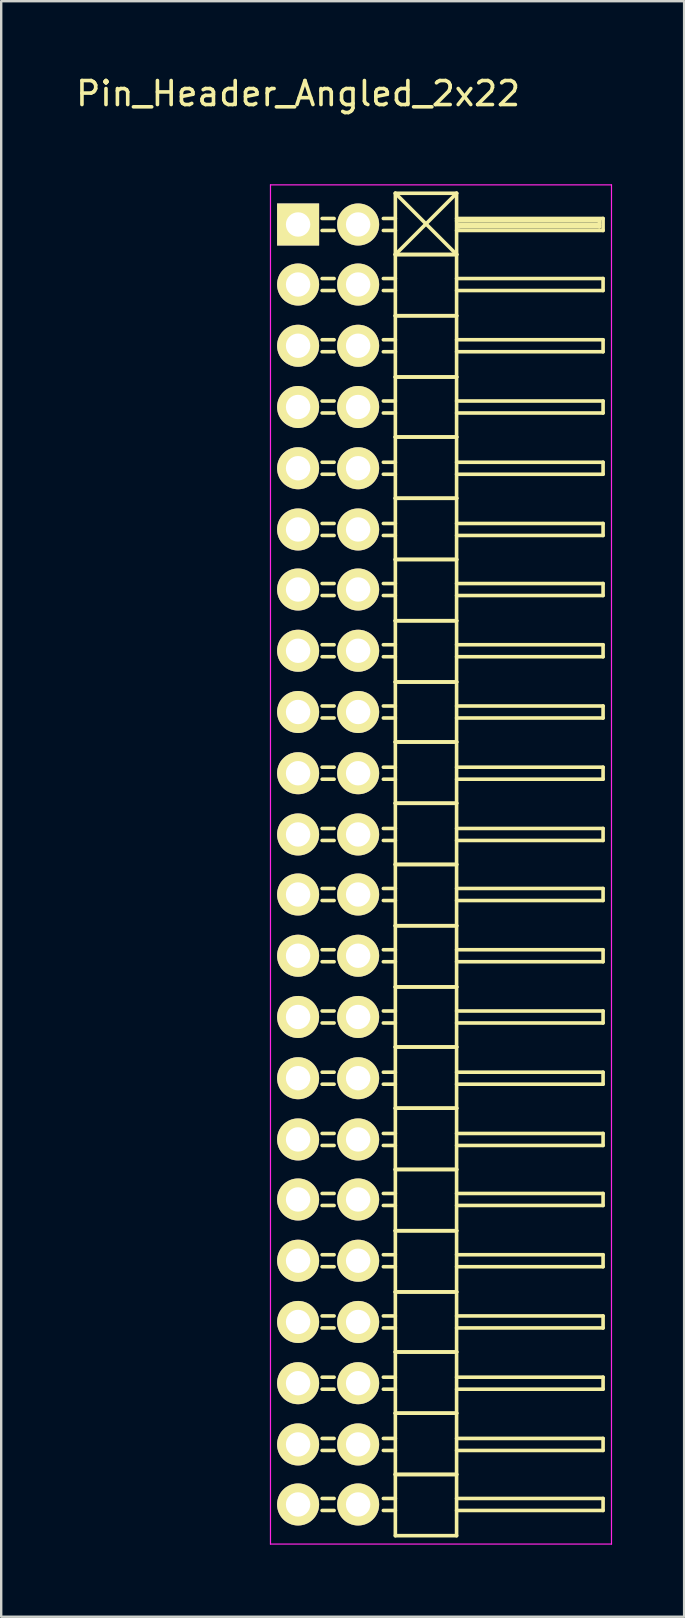
<source format=kicad_pcb>
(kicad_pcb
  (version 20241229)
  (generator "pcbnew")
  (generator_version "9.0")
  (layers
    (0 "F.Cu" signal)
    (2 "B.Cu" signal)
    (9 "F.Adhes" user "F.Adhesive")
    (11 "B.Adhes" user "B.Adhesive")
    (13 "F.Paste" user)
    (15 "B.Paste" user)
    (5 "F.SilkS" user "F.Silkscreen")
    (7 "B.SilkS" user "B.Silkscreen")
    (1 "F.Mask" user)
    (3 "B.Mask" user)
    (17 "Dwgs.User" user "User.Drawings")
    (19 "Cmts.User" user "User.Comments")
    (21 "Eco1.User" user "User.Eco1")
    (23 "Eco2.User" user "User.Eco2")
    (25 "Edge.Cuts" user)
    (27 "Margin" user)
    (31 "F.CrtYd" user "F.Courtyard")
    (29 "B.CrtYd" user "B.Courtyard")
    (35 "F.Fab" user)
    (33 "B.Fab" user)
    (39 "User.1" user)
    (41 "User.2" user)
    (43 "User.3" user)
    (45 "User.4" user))
  (footprint "Pin_Header_Angled_2x22"
    (layer "F.Cu")
    (at 9.363 6.298)
    (property "Reference" "Pin_Header_Angled_2x22" (at 0 -5.45 0) (layer "F.SilkS") (effects (font (size 1 1) (thickness 0.15))))
    (attr through_hole)
    (fp_line (start 1.5 -0.25) (end 1 -0.25) (stroke (width 0.15) (type solid)) (layer "F.SilkS"))
    (fp_line (start 1.5 0.25) (end 1 0.25) (stroke (width 0.15) (type solid)) (layer "F.SilkS"))
    (fp_line (start 1.5 2.25) (end 1 2.25) (stroke (width 0.15) (type solid)) (layer "F.SilkS"))
    (fp_line (start 1.5 2.75) (end 1 2.75) (stroke (width 0.15) (type solid)) (layer "F.SilkS"))
    (fp_line (start 1.5 4.8) (end 1 4.8) (stroke (width 0.15) (type solid)) (layer "F.SilkS"))
    (fp_line (start 1.5 5.3) (end 1 5.3) (stroke (width 0.15) (type solid)) (layer "F.SilkS"))
    (fp_line (start 1.5 7.35) (end 1 7.35) (stroke (width 0.15) (type solid)) (layer "F.SilkS"))
    (fp_line (start 1.5 7.85) (end 1 7.85) (stroke (width 0.15) (type solid)) (layer "F.SilkS"))
    (fp_line (start 1.5 9.9) (end 1 9.9) (stroke (width 0.15) (type solid)) (layer "F.SilkS"))
    (fp_line (start 1.5 10.4) (end 1 10.4) (stroke (width 0.15) (type solid)) (layer "F.SilkS"))
    (fp_line (start 1.5 12.45) (end 1 12.45) (stroke (width 0.15) (type solid)) (layer "F.SilkS"))
    (fp_line (start 1.5 12.95) (end 1 12.95) (stroke (width 0.15) (type solid)) (layer "F.SilkS"))
    (fp_line (start 1.5 14.95) (end 1 14.95) (stroke (width 0.15) (type solid)) (layer "F.SilkS"))
    (fp_line (start 1.5 15.45) (end 1 15.45) (stroke (width 0.15) (type solid)) (layer "F.SilkS"))
    (fp_line (start 1.5 17.5) (end 1 17.5) (stroke (width 0.15) (type solid)) (layer "F.SilkS"))
    (fp_line (start 1.5 18) (end 1 18) (stroke (width 0.15) (type solid)) (layer "F.SilkS"))
    (fp_line (start 1.5 20.05) (end 1 20.05) (stroke (width 0.15) (type solid)) (layer "F.SilkS"))
    (fp_line (start 1.5 20.55) (end 1 20.55) (stroke (width 0.15) (type solid)) (layer "F.SilkS"))
    (fp_line (start 1.5 22.6) (end 1 22.6) (stroke (width 0.15) (type solid)) (layer "F.SilkS"))
    (fp_line (start 1.5 23.1) (end 1 23.1) (stroke (width 0.15) (type solid)) (layer "F.SilkS"))
    (fp_line (start 1.5 25.15) (end 1 25.15) (stroke (width 0.15) (type solid)) (layer "F.SilkS"))
    (fp_line (start 1.5 25.65) (end 1 25.65) (stroke (width 0.15) (type solid)) (layer "F.SilkS"))
    (fp_line (start 1.5 27.65) (end 1 27.65) (stroke (width 0.15) (type solid)) (layer "F.SilkS"))
    (fp_line (start 1.5 28.15) (end 1 28.15) (stroke (width 0.15) (type solid)) (layer "F.SilkS"))
    (fp_line (start 1.5 30.2) (end 1 30.2) (stroke (width 0.15) (type solid)) (layer "F.SilkS"))
    (fp_line (start 1.5 30.7) (end 1 30.7) (stroke (width 0.15) (type solid)) (layer "F.SilkS"))
    (fp_line (start 1.5 32.75) (end 1 32.75) (stroke (width 0.15) (type solid)) (layer "F.SilkS"))
    (fp_line (start 1.5 33.25) (end 1 33.25) (stroke (width 0.15) (type solid)) (layer "F.SilkS"))
    (fp_line (start 1.5 35.3) (end 1 35.3) (stroke (width 0.15) (type solid)) (layer "F.SilkS"))
    (fp_line (start 1.5 35.8) (end 1 35.8) (stroke (width 0.15) (type solid)) (layer "F.SilkS"))
    (fp_line (start 1.5 37.85) (end 1 37.85) (stroke (width 0.15) (type solid)) (layer "F.SilkS"))
    (fp_line (start 1.5 38.35) (end 1 38.35) (stroke (width 0.15) (type solid)) (layer "F.SilkS"))
    (fp_line (start 1.5 40.35) (end 1 40.35) (stroke (width 0.15) (type solid)) (layer "F.SilkS"))
    (fp_line (start 1.5 40.85) (end 1 40.85) (stroke (width 0.15) (type solid)) (layer "F.SilkS"))
    (fp_line (start 1.5 42.9) (end 1 42.9) (stroke (width 0.15) (type solid)) (layer "F.SilkS"))
    (fp_line (start 1.5 43.4) (end 1 43.4) (stroke (width 0.15) (type solid)) (layer "F.SilkS"))
    (fp_line (start 1.5 45.45) (end 1 45.45) (stroke (width 0.15) (type solid)) (layer "F.SilkS"))
    (fp_line (start 1.5 45.95) (end 1 45.95) (stroke (width 0.15) (type solid)) (layer "F.SilkS"))
    (fp_line (start 1.5 48) (end 1 48) (stroke (width 0.15) (type solid)) (layer "F.SilkS"))
    (fp_line (start 1.5 48.5) (end 1 48.5) (stroke (width 0.15) (type solid)) (layer "F.SilkS"))
    (fp_line (start 1.5 50.55) (end 1 50.55) (stroke (width 0.15) (type solid)) (layer "F.SilkS"))
    (fp_line (start 1.5 51.05) (end 1 51.05) (stroke (width 0.15) (type solid)) (layer "F.SilkS"))
    (fp_line (start 1.5 53.05) (end 1 53.05) (stroke (width 0.15) (type solid)) (layer "F.SilkS"))
    (fp_line (start 1.5 53.55) (end 1 53.55) (stroke (width 0.15) (type solid)) (layer "F.SilkS"))
    (fp_line (start 4.05 -1.3) (end 4.05 1.25) (stroke (width 0.15) (type solid)) (layer "F.SilkS"))
    (fp_line (start 4.05 -1.3) (end 6.6 -1.3) (stroke (width 0.15) (type solid)) (layer "F.SilkS"))
    (fp_line (start 4.05 -1.3) (end 6.6 1.25) (stroke (width 0.15) (type solid)) (layer "F.SilkS"))
    (fp_line (start 4.05 -0.25) (end 3.55 -0.25) (stroke (width 0.15) (type solid)) (layer "F.SilkS"))
    (fp_line (start 4.05 0.25) (end 3.55 0.25) (stroke (width 0.15) (type solid)) (layer "F.SilkS"))
    (fp_line (start 4.05 1.25) (end 4.05 3.8) (stroke (width 0.15) (type solid)) (layer "F.SilkS"))
    (fp_line (start 4.05 1.25) (end 6.6 1.25) (stroke (width 0.15) (type solid)) (layer "F.SilkS"))
    (fp_line (start 4.05 1.25) (end 6.6 1.25) (stroke (width 0.15) (type solid)) (layer "F.SilkS"))
    (fp_line (start 4.05 2.25) (end 3.55 2.25) (stroke (width 0.15) (type solid)) (layer "F.SilkS"))
    (fp_line (start 4.05 2.75) (end 3.55 2.75) (stroke (width 0.15) (type solid)) (layer "F.SilkS"))
    (fp_line (start 4.05 3.8) (end 4.05 6.35) (stroke (width 0.15) (type solid)) (layer "F.SilkS"))
    (fp_line (start 4.05 3.8) (end 6.6 3.8) (stroke (width 0.15) (type solid)) (layer "F.SilkS"))
    (fp_line (start 4.05 3.8) (end 6.6 3.8) (stroke (width 0.15) (type solid)) (layer "F.SilkS"))
    (fp_line (start 4.05 4.8) (end 3.55 4.8) (stroke (width 0.15) (type solid)) (layer "F.SilkS"))
    (fp_line (start 4.05 5.3) (end 3.55 5.3) (stroke (width 0.15) (type solid)) (layer "F.SilkS"))
    (fp_line (start 4.05 6.35) (end 4.05 8.85) (stroke (width 0.15) (type solid)) (layer "F.SilkS"))
    (fp_line (start 4.05 6.35) (end 6.6 6.35) (stroke (width 0.15) (type solid)) (layer "F.SilkS"))
    (fp_line (start 4.05 6.35) (end 6.6 6.35) (stroke (width 0.15) (type solid)) (layer "F.SilkS"))
    (fp_line (start 4.05 7.35) (end 3.55 7.35) (stroke (width 0.15) (type solid)) (layer "F.SilkS"))
    (fp_line (start 4.05 7.85) (end 3.55 7.85) (stroke (width 0.15) (type solid)) (layer "F.SilkS"))
    (fp_line (start 4.05 8.85) (end 4.05 11.4) (stroke (width 0.15) (type solid)) (layer "F.SilkS"))
    (fp_line (start 4.05 8.85) (end 6.6 8.85) (stroke (width 0.15) (type solid)) (layer "F.SilkS"))
    (fp_line (start 4.05 8.85) (end 6.6 8.85) (stroke (width 0.15) (type solid)) (layer "F.SilkS"))
    (fp_line (start 4.05 9.9) (end 3.55 9.9) (stroke (width 0.15) (type solid)) (layer "F.SilkS"))
    (fp_line (start 4.05 10.4) (end 3.55 10.4) (stroke (width 0.15) (type solid)) (layer "F.SilkS"))
    (fp_line (start 4.05 11.4) (end 4.05 13.95) (stroke (width 0.15) (type solid)) (layer "F.SilkS"))
    (fp_line (start 4.05 11.4) (end 6.6 11.4) (stroke (width 0.15) (type solid)) (layer "F.SilkS"))
    (fp_line (start 4.05 11.4) (end 6.6 11.4) (stroke (width 0.15) (type solid)) (layer "F.SilkS"))
    (fp_line (start 4.05 12.45) (end 3.55 12.45) (stroke (width 0.15) (type solid)) (layer "F.SilkS"))
    (fp_line (start 4.05 12.95) (end 3.55 12.95) (stroke (width 0.15) (type solid)) (layer "F.SilkS"))
    (fp_line (start 4.05 13.95) (end 4.05 16.5) (stroke (width 0.15) (type solid)) (layer "F.SilkS"))
    (fp_line (start 4.05 13.95) (end 6.6 13.95) (stroke (width 0.15) (type solid)) (layer "F.SilkS"))
    (fp_line (start 4.05 13.95) (end 6.6 13.95) (stroke (width 0.15) (type solid)) (layer "F.SilkS"))
    (fp_line (start 4.05 14.95) (end 3.55 14.95) (stroke (width 0.15) (type solid)) (layer "F.SilkS"))
    (fp_line (start 4.05 15.45) (end 3.55 15.45) (stroke (width 0.15) (type solid)) (layer "F.SilkS"))
    (fp_line (start 4.05 16.5) (end 4.05 19.05) (stroke (width 0.15) (type solid)) (layer "F.SilkS"))
    (fp_line (start 4.05 16.5) (end 6.6 16.5) (stroke (width 0.15) (type solid)) (layer "F.SilkS"))
    (fp_line (start 4.05 16.5) (end 6.6 16.5) (stroke (width 0.15) (type solid)) (layer "F.SilkS"))
    (fp_line (start 4.05 17.5) (end 3.55 17.5) (stroke (width 0.15) (type solid)) (layer "F.SilkS"))
    (fp_line (start 4.05 18) (end 3.55 18) (stroke (width 0.15) (type solid)) (layer "F.SilkS"))
    (fp_line (start 4.05 19.05) (end 4.05 21.55) (stroke (width 0.15) (type solid)) (layer "F.SilkS"))
    (fp_line (start 4.05 19.05) (end 6.6 19.05) (stroke (width 0.15) (type solid)) (layer "F.SilkS"))
    (fp_line (start 4.05 19.05) (end 6.6 19.05) (stroke (width 0.15) (type solid)) (layer "F.SilkS"))
    (fp_line (start 4.05 20.05) (end 3.55 20.05) (stroke (width 0.15) (type solid)) (layer "F.SilkS"))
    (fp_line (start 4.05 20.55) (end 3.55 20.55) (stroke (width 0.15) (type solid)) (layer "F.SilkS"))
    (fp_line (start 4.05 21.55) (end 4.05 24.1) (stroke (width 0.15) (type solid)) (layer "F.SilkS"))
    (fp_line (start 4.05 21.55) (end 6.6 21.55) (stroke (width 0.15) (type solid)) (layer "F.SilkS"))
    (fp_line (start 4.05 21.55) (end 6.6 21.55) (stroke (width 0.15) (type solid)) (layer "F.SilkS"))
    (fp_line (start 4.05 22.6) (end 3.55 22.6) (stroke (width 0.15) (type solid)) (layer "F.SilkS"))
    (fp_line (start 4.05 23.1) (end 3.55 23.1) (stroke (width 0.15) (type solid)) (layer "F.SilkS"))
    (fp_line (start 4.05 24.1) (end 4.05 26.65) (stroke (width 0.15) (type solid)) (layer "F.SilkS"))
    (fp_line (start 4.05 24.1) (end 6.6 24.1) (stroke (width 0.15) (type solid)) (layer "F.SilkS"))
    (fp_line (start 4.05 24.1) (end 6.6 24.1) (stroke (width 0.15) (type solid)) (layer "F.SilkS"))
    (fp_line (start 4.05 25.15) (end 3.55 25.15) (stroke (width 0.15) (type solid)) (layer "F.SilkS"))
    (fp_line (start 4.05 25.65) (end 3.55 25.65) (stroke (width 0.15) (type solid)) (layer "F.SilkS"))
    (fp_line (start 4.05 26.65) (end 4.05 29.2) (stroke (width 0.15) (type solid)) (layer "F.SilkS"))
    (fp_line (start 4.05 26.65) (end 6.6 26.65) (stroke (width 0.15) (type solid)) (layer "F.SilkS"))
    (fp_line (start 4.05 26.65) (end 6.6 26.65) (stroke (width 0.15) (type solid)) (layer "F.SilkS"))
    (fp_line (start 4.05 27.65) (end 3.55 27.65) (stroke (width 0.15) (type solid)) (layer "F.SilkS"))
    (fp_line (start 4.05 28.15) (end 3.55 28.15) (stroke (width 0.15) (type solid)) (layer "F.SilkS"))
    (fp_line (start 4.05 29.2) (end 4.05 31.75) (stroke (width 0.15) (type solid)) (layer "F.SilkS"))
    (fp_line (start 4.05 29.2) (end 6.6 29.2) (stroke (width 0.15) (type solid)) (layer "F.SilkS"))
    (fp_line (start 4.05 29.2) (end 6.6 29.2) (stroke (width 0.15) (type solid)) (layer "F.SilkS"))
    (fp_line (start 4.05 30.2) (end 3.55 30.2) (stroke (width 0.15) (type solid)) (layer "F.SilkS"))
    (fp_line (start 4.05 30.7) (end 3.55 30.7) (stroke (width 0.15) (type solid)) (layer "F.SilkS"))
    (fp_line (start 4.05 31.75) (end 4.05 34.25) (stroke (width 0.15) (type solid)) (layer "F.SilkS"))
    (fp_line (start 4.05 31.75) (end 6.6 31.75) (stroke (width 0.15) (type solid)) (layer "F.SilkS"))
    (fp_line (start 4.05 31.75) (end 6.6 31.75) (stroke (width 0.15) (type solid)) (layer "F.SilkS"))
    (fp_line (start 4.05 32.75) (end 3.55 32.75) (stroke (width 0.15) (type solid)) (layer "F.SilkS"))
    (fp_line (start 4.05 33.25) (end 3.55 33.25) (stroke (width 0.15) (type solid)) (layer "F.SilkS"))
    (fp_line (start 4.05 34.25) (end 4.05 36.8) (stroke (width 0.15) (type solid)) (layer "F.SilkS"))
    (fp_line (start 4.05 34.25) (end 6.6 34.25) (stroke (width 0.15) (type solid)) (layer "F.SilkS"))
    (fp_line (start 4.05 34.25) (end 6.6 34.25) (stroke (width 0.15) (type solid)) (layer "F.SilkS"))
    (fp_line (start 4.05 35.3) (end 3.55 35.3) (stroke (width 0.15) (type solid)) (layer "F.SilkS"))
    (fp_line (start 4.05 35.8) (end 3.55 35.8) (stroke (width 0.15) (type solid)) (layer "F.SilkS"))
    (fp_line (start 4.05 36.8) (end 4.05 39.35) (stroke (width 0.15) (type solid)) (layer "F.SilkS"))
    (fp_line (start 4.05 36.8) (end 6.6 36.8) (stroke (width 0.15) (type solid)) (layer "F.SilkS"))
    (fp_line (start 4.05 36.8) (end 6.6 36.8) (stroke (width 0.15) (type solid)) (layer "F.SilkS"))
    (fp_line (start 4.05 37.85) (end 3.55 37.85) (stroke (width 0.15) (type solid)) (layer "F.SilkS"))
    (fp_line (start 4.05 38.35) (end 3.55 38.35) (stroke (width 0.15) (type solid)) (layer "F.SilkS"))
    (fp_line (start 4.05 39.35) (end 4.05 41.9) (stroke (width 0.15) (type solid)) (layer "F.SilkS"))
    (fp_line (start 4.05 39.35) (end 6.6 39.35) (stroke (width 0.15) (type solid)) (layer "F.SilkS"))
    (fp_line (start 4.05 39.35) (end 6.6 39.35) (stroke (width 0.15) (type solid)) (layer "F.SilkS"))
    (fp_line (start 4.05 40.35) (end 3.55 40.35) (stroke (width 0.15) (type solid)) (layer "F.SilkS"))
    (fp_line (start 4.05 40.85) (end 3.55 40.85) (stroke (width 0.15) (type solid)) (layer "F.SilkS"))
    (fp_line (start 4.05 41.9) (end 4.05 44.45) (stroke (width 0.15) (type solid)) (layer "F.SilkS"))
    (fp_line (start 4.05 41.9) (end 6.6 41.9) (stroke (width 0.15) (type solid)) (layer "F.SilkS"))
    (fp_line (start 4.05 41.9) (end 6.6 41.9) (stroke (width 0.15) (type solid)) (layer "F.SilkS"))
    (fp_line (start 4.05 42.9) (end 3.55 42.9) (stroke (width 0.15) (type solid)) (layer "F.SilkS"))
    (fp_line (start 4.05 43.4) (end 3.55 43.4) (stroke (width 0.15) (type solid)) (layer "F.SilkS"))
    (fp_line (start 4.05 44.45) (end 4.05 46.95) (stroke (width 0.15) (type solid)) (layer "F.SilkS"))
    (fp_line (start 4.05 44.45) (end 6.6 44.45) (stroke (width 0.15) (type solid)) (layer "F.SilkS"))
    (fp_line (start 4.05 44.45) (end 6.6 44.45) (stroke (width 0.15) (type solid)) (layer "F.SilkS"))
    (fp_line (start 4.05 45.45) (end 3.55 45.45) (stroke (width 0.15) (type solid)) (layer "F.SilkS"))
    (fp_line (start 4.05 45.95) (end 3.55 45.95) (stroke (width 0.15) (type solid)) (layer "F.SilkS"))
    (fp_line (start 4.05 46.95) (end 4.05 49.5) (stroke (width 0.15) (type solid)) (layer "F.SilkS"))
    (fp_line (start 4.05 46.95) (end 6.6 46.95) (stroke (width 0.15) (type solid)) (layer "F.SilkS"))
    (fp_line (start 4.05 46.95) (end 6.6 46.95) (stroke (width 0.15) (type solid)) (layer "F.SilkS"))
    (fp_line (start 4.05 48) (end 3.55 48) (stroke (width 0.15) (type solid)) (layer "F.SilkS"))
    (fp_line (start 4.05 48.5) (end 3.55 48.5) (stroke (width 0.15) (type solid)) (layer "F.SilkS"))
    (fp_line (start 4.05 49.5) (end 4.05 52.05) (stroke (width 0.15) (type solid)) (layer "F.SilkS"))
    (fp_line (start 4.05 49.5) (end 6.6 49.5) (stroke (width 0.15) (type solid)) (layer "F.SilkS"))
    (fp_line (start 4.05 49.5) (end 6.6 49.5) (stroke (width 0.15) (type solid)) (layer "F.SilkS"))
    (fp_line (start 4.05 50.55) (end 3.55 50.55) (stroke (width 0.15) (type solid)) (layer "F.SilkS"))
    (fp_line (start 4.05 51.05) (end 3.55 51.05) (stroke (width 0.15) (type solid)) (layer "F.SilkS"))
    (fp_line (start 4.05 52.05) (end 4.05 54.6) (stroke (width 0.15) (type solid)) (layer "F.SilkS"))
    (fp_line (start 4.05 52.05) (end 6.6 52.05) (stroke (width 0.15) (type solid)) (layer "F.SilkS"))
    (fp_line (start 4.05 52.05) (end 6.6 52.05) (stroke (width 0.15) (type solid)) (layer "F.SilkS"))
    (fp_line (start 4.05 53.05) (end 3.55 53.05) (stroke (width 0.15) (type solid)) (layer "F.SilkS"))
    (fp_line (start 4.05 53.55) (end 3.55 53.55) (stroke (width 0.15) (type solid)) (layer "F.SilkS"))
    (fp_line (start 4.05 54.6) (end 6.6 54.6) (stroke (width 0.15) (type solid)) (layer "F.SilkS"))
    (fp_line (start 6.6 -1.3) (end 4.05 1.25) (stroke (width 0.15) (type solid)) (layer "F.SilkS"))
    (fp_line (start 6.6 -0.25) (end 12.7 -0.25) (stroke (width 0.15) (type solid)) (layer "F.SilkS"))
    (fp_line (start 6.6 -0.15) (end 12.55 -0.15) (stroke (width 0.15) (type solid)) (layer "F.SilkS"))
    (fp_line (start 6.6 1.25) (end 6.6 -1.3) (stroke (width 0.15) (type solid)) (layer "F.SilkS"))
    (fp_line (start 6.6 2.25) (end 12.7 2.25) (stroke (width 0.15) (type solid)) (layer "F.SilkS"))
    (fp_line (start 6.6 3.8) (end 6.6 1.25) (stroke (width 0.15) (type solid)) (layer "F.SilkS"))
    (fp_line (start 6.6 4.8) (end 12.7 4.8) (stroke (width 0.15) (type solid)) (layer "F.SilkS"))
    (fp_line (start 6.6 6.35) (end 6.6 3.8) (stroke (width 0.15) (type solid)) (layer "F.SilkS"))
    (fp_line (start 6.6 7.35) (end 12.7 7.35) (stroke (width 0.15) (type solid)) (layer "F.SilkS"))
    (fp_line (start 6.6 8.85) (end 6.6 6.35) (stroke (width 0.15) (type solid)) (layer "F.SilkS"))
    (fp_line (start 6.6 9.9) (end 12.7 9.9) (stroke (width 0.15) (type solid)) (layer "F.SilkS"))
    (fp_line (start 6.6 11.4) (end 6.6 8.85) (stroke (width 0.15) (type solid)) (layer "F.SilkS"))
    (fp_line (start 6.6 12.45) (end 12.7 12.45) (stroke (width 0.15) (type solid)) (layer "F.SilkS"))
    (fp_line (start 6.6 13.95) (end 6.6 11.4) (stroke (width 0.15) (type solid)) (layer "F.SilkS"))
    (fp_line (start 6.6 14.95) (end 12.7 14.95) (stroke (width 0.15) (type solid)) (layer "F.SilkS"))
    (fp_line (start 6.6 16.5) (end 6.6 13.95) (stroke (width 0.15) (type solid)) (layer "F.SilkS"))
    (fp_line (start 6.6 17.5) (end 12.7 17.5) (stroke (width 0.15) (type solid)) (layer "F.SilkS"))
    (fp_line (start 6.6 19.05) (end 6.6 16.5) (stroke (width 0.15) (type solid)) (layer "F.SilkS"))
    (fp_line (start 6.6 20.05) (end 12.7 20.05) (stroke (width 0.15) (type solid)) (layer "F.SilkS"))
    (fp_line (start 6.6 21.55) (end 6.6 19.05) (stroke (width 0.15) (type solid)) (layer "F.SilkS"))
    (fp_line (start 6.6 22.6) (end 12.7 22.6) (stroke (width 0.15) (type solid)) (layer "F.SilkS"))
    (fp_line (start 6.6 24.1) (end 6.6 21.55) (stroke (width 0.15) (type solid)) (layer "F.SilkS"))
    (fp_line (start 6.6 25.15) (end 12.7 25.15) (stroke (width 0.15) (type solid)) (layer "F.SilkS"))
    (fp_line (start 6.6 26.65) (end 6.6 24.1) (stroke (width 0.15) (type solid)) (layer "F.SilkS"))
    (fp_line (start 6.6 27.65) (end 12.7 27.65) (stroke (width 0.15) (type solid)) (layer "F.SilkS"))
    (fp_line (start 6.6 29.2) (end 6.6 26.65) (stroke (width 0.15) (type solid)) (layer "F.SilkS"))
    (fp_line (start 6.6 30.2) (end 12.7 30.2) (stroke (width 0.15) (type solid)) (layer "F.SilkS"))
    (fp_line (start 6.6 31.75) (end 6.6 29.2) (stroke (width 0.15) (type solid)) (layer "F.SilkS"))
    (fp_line (start 6.6 32.75) (end 12.7 32.75) (stroke (width 0.15) (type solid)) (layer "F.SilkS"))
    (fp_line (start 6.6 34.25) (end 6.6 31.75) (stroke (width 0.15) (type solid)) (layer "F.SilkS"))
    (fp_line (start 6.6 35.3) (end 12.7 35.3) (stroke (width 0.15) (type solid)) (layer "F.SilkS"))
    (fp_line (start 6.6 36.8) (end 6.6 34.25) (stroke (width 0.15) (type solid)) (layer "F.SilkS"))
    (fp_line (start 6.6 37.85) (end 12.7 37.85) (stroke (width 0.15) (type solid)) (layer "F.SilkS"))
    (fp_line (start 6.6 39.35) (end 6.6 36.8) (stroke (width 0.15) (type solid)) (layer "F.SilkS"))
    (fp_line (start 6.6 40.35) (end 12.7 40.35) (stroke (width 0.15) (type solid)) (layer "F.SilkS"))
    (fp_line (start 6.6 41.9) (end 6.6 39.35) (stroke (width 0.15) (type solid)) (layer "F.SilkS"))
    (fp_line (start 6.6 42.9) (end 12.7 42.9) (stroke (width 0.15) (type solid)) (layer "F.SilkS"))
    (fp_line (start 6.6 44.45) (end 6.6 41.9) (stroke (width 0.15) (type solid)) (layer "F.SilkS"))
    (fp_line (start 6.6 45.45) (end 12.7 45.45) (stroke (width 0.15) (type solid)) (layer "F.SilkS"))
    (fp_line (start 6.6 46.95) (end 6.6 44.45) (stroke (width 0.15) (type solid)) (layer "F.SilkS"))
    (fp_line (start 6.6 48) (end 12.7 48) (stroke (width 0.15) (type solid)) (layer "F.SilkS"))
    (fp_line (start 6.6 49.5) (end 6.6 46.95) (stroke (width 0.15) (type solid)) (layer "F.SilkS"))
    (fp_line (start 6.6 50.55) (end 12.7 50.55) (stroke (width 0.15) (type solid)) (layer "F.SilkS"))
    (fp_line (start 6.6 52.05) (end 6.6 49.5) (stroke (width 0.15) (type solid)) (layer "F.SilkS"))
    (fp_line (start 6.6 53.05) (end 12.7 53.05) (stroke (width 0.15) (type solid)) (layer "F.SilkS"))
    (fp_line (start 6.6 54.6) (end 6.6 52.05) (stroke (width 0.15) (type solid)) (layer "F.SilkS"))
    (fp_line (start 6.7 0) (end 12.55 0) (stroke (width 0.15) (type solid)) (layer "F.SilkS"))
    (fp_line (start 6.7 0.1) (end 6.7 0) (stroke (width 0.15) (type solid)) (layer "F.SilkS"))
    (fp_line (start 12.55 -0.15) (end 12.55 0.1) (stroke (width 0.15) (type solid)) (layer "F.SilkS"))
    (fp_line (start 12.55 0.1) (end 6.7 0.1) (stroke (width 0.15) (type solid)) (layer "F.SilkS"))
    (fp_line (start 12.7 -0.25) (end 12.7 0.25) (stroke (width 0.15) (type solid)) (layer "F.SilkS"))
    (fp_line (start 12.7 0.25) (end 6.6 0.25) (stroke (width 0.15) (type solid)) (layer "F.SilkS"))
    (fp_line (start 12.7 2.25) (end 12.7 2.75) (stroke (width 0.15) (type solid)) (layer "F.SilkS"))
    (fp_line (start 12.7 2.75) (end 6.6 2.75) (stroke (width 0.15) (type solid)) (layer "F.SilkS"))
    (fp_line (start 12.7 4.8) (end 12.7 5.3) (stroke (width 0.15) (type solid)) (layer "F.SilkS"))
    (fp_line (start 12.7 5.3) (end 6.6 5.3) (stroke (width 0.15) (type solid)) (layer "F.SilkS"))
    (fp_line (start 12.7 7.35) (end 12.7 7.85) (stroke (width 0.15) (type solid)) (layer "F.SilkS"))
    (fp_line (start 12.7 7.85) (end 6.6 7.85) (stroke (width 0.15) (type solid)) (layer "F.SilkS"))
    (fp_line (start 12.7 9.9) (end 12.7 10.4) (stroke (width 0.15) (type solid)) (layer "F.SilkS"))
    (fp_line (start 12.7 10.4) (end 6.6 10.4) (stroke (width 0.15) (type solid)) (layer "F.SilkS"))
    (fp_line (start 12.7 12.45) (end 12.7 12.95) (stroke (width 0.15) (type solid)) (layer "F.SilkS"))
    (fp_line (start 12.7 12.95) (end 6.6 12.95) (stroke (width 0.15) (type solid)) (layer "F.SilkS"))
    (fp_line (start 12.7 14.95) (end 12.7 15.45) (stroke (width 0.15) (type solid)) (layer "F.SilkS"))
    (fp_line (start 12.7 15.45) (end 6.6 15.45) (stroke (width 0.15) (type solid)) (layer "F.SilkS"))
    (fp_line (start 12.7 17.5) (end 12.7 18) (stroke (width 0.15) (type solid)) (layer "F.SilkS"))
    (fp_line (start 12.7 18) (end 6.6 18) (stroke (width 0.15) (type solid)) (layer "F.SilkS"))
    (fp_line (start 12.7 20.05) (end 12.7 20.55) (stroke (width 0.15) (type solid)) (layer "F.SilkS"))
    (fp_line (start 12.7 20.55) (end 6.6 20.55) (stroke (width 0.15) (type solid)) (layer "F.SilkS"))
    (fp_line (start 12.7 22.6) (end 12.7 23.1) (stroke (width 0.15) (type solid)) (layer "F.SilkS"))
    (fp_line (start 12.7 23.1) (end 6.6 23.1) (stroke (width 0.15) (type solid)) (layer "F.SilkS"))
    (fp_line (start 12.7 25.15) (end 12.7 25.65) (stroke (width 0.15) (type solid)) (layer "F.SilkS"))
    (fp_line (start 12.7 25.65) (end 6.6 25.65) (stroke (width 0.15) (type solid)) (layer "F.SilkS"))
    (fp_line (start 12.7 27.65) (end 12.7 28.15) (stroke (width 0.15) (type solid)) (layer "F.SilkS"))
    (fp_line (start 12.7 28.15) (end 6.6 28.15) (stroke (width 0.15) (type solid)) (layer "F.SilkS"))
    (fp_line (start 12.7 30.2) (end 12.7 30.7) (stroke (width 0.15) (type solid)) (layer "F.SilkS"))
    (fp_line (start 12.7 30.7) (end 6.6 30.7) (stroke (width 0.15) (type solid)) (layer "F.SilkS"))
    (fp_line (start 12.7 32.75) (end 12.7 33.25) (stroke (width 0.15) (type solid)) (layer "F.SilkS"))
    (fp_line (start 12.7 33.25) (end 6.6 33.25) (stroke (width 0.15) (type solid)) (layer "F.SilkS"))
    (fp_line (start 12.7 35.3) (end 12.7 35.8) (stroke (width 0.15) (type solid)) (layer "F.SilkS"))
    (fp_line (start 12.7 35.8) (end 6.6 35.8) (stroke (width 0.15) (type solid)) (layer "F.SilkS"))
    (fp_line (start 12.7 37.85) (end 12.7 38.35) (stroke (width 0.15) (type solid)) (layer "F.SilkS"))
    (fp_line (start 12.7 38.35) (end 6.6 38.35) (stroke (width 0.15) (type solid)) (layer "F.SilkS"))
    (fp_line (start 12.7 40.35) (end 12.7 40.85) (stroke (width 0.15) (type solid)) (layer "F.SilkS"))
    (fp_line (start 12.7 40.85) (end 6.6 40.85) (stroke (width 0.15) (type solid)) (layer "F.SilkS"))
    (fp_line (start 12.7 42.9) (end 12.7 43.4) (stroke (width 0.15) (type solid)) (layer "F.SilkS"))
    (fp_line (start 12.7 43.4) (end 6.6 43.4) (stroke (width 0.15) (type solid)) (layer "F.SilkS"))
    (fp_line (start 12.7 45.45) (end 12.7 45.95) (stroke (width 0.15) (type solid)) (layer "F.SilkS"))
    (fp_line (start 12.7 45.95) (end 6.6 45.95) (stroke (width 0.15) (type solid)) (layer "F.SilkS"))
    (fp_line (start 12.7 48) (end 12.7 48.5) (stroke (width 0.15) (type solid)) (layer "F.SilkS"))
    (fp_line (start 12.7 48.5) (end 6.6 48.5) (stroke (width 0.15) (type solid)) (layer "F.SilkS"))
    (fp_line (start 12.7 50.55) (end 12.7 51.05) (stroke (width 0.15) (type solid)) (layer "F.SilkS"))
    (fp_line (start 12.7 51.05) (end 6.6 51.05) (stroke (width 0.15) (type solid)) (layer "F.SilkS"))
    (fp_line (start 12.7 53.05) (end 12.7 53.55) (stroke (width 0.15) (type solid)) (layer "F.SilkS"))
    (fp_line (start 12.7 53.55) (end 6.6 53.55) (stroke (width 0.15) (type solid)) (layer "F.SilkS"))
    (fp_line (start -1.15 -1.65) (end -1.15 54.95) (stroke (width 0.05) (type solid)) (layer "F.CrtYd"))
    (fp_line (start -1.15 -1.65) (end 13.05 -1.65) (stroke (width 0.05) (type solid)) (layer "F.CrtYd"))
    (fp_line (start -1.15 54.95) (end 13.05 54.95) (stroke (width 0.05) (type solid)) (layer "F.CrtYd"))
    (fp_line (start 13.05 -1.65) (end 13.05 54.95) (stroke (width 0.05) (type solid)) (layer "F.CrtYd"))
    (pad "1" thru_hole rect (at 0 0) (size 1.75 1.75) (drill 1.016) (layers "*.Cu" "*.Mask" "F.SilkS"))
    (pad "2" thru_hole oval (at 2.5 0) (size 1.75 1.75) (drill 1.016) (layers "*.Cu" "*.Mask" "F.SilkS"))
    (pad "3" thru_hole oval (at 0 2.5) (size 1.75 1.75) (drill 1.016) (layers "*.Cu" "*.Mask" "F.SilkS"))
    (pad "4" thru_hole oval (at 2.5 2.5) (size 1.75 1.75) (drill 1.016) (layers "*.Cu" "*.Mask" "F.SilkS"))
    (pad "5" thru_hole oval (at 0 5.05) (size 1.75 1.75) (drill 1.016) (layers "*.Cu" "*.Mask" "F.SilkS"))
    (pad "6" thru_hole oval (at 2.5 5.05) (size 1.75 1.75) (drill 1.016) (layers "*.Cu" "*.Mask" "F.SilkS"))
    (pad "7" thru_hole oval (at 0 7.6) (size 1.75 1.75) (drill 1.016) (layers "*.Cu" "*.Mask" "F.SilkS"))
    (pad "8" thru_hole oval (at 2.5 7.6) (size 1.75 1.75) (drill 1.016) (layers "*.Cu" "*.Mask" "F.SilkS"))
    (pad "9" thru_hole oval (at 0 10.15) (size 1.75 1.75) (drill 1.016) (layers "*.Cu" "*.Mask" "F.SilkS"))
    (pad "10" thru_hole oval (at 2.5 10.15) (size 1.75 1.75) (drill 1.016) (layers "*.Cu" "*.Mask" "F.SilkS"))
    (pad "11" thru_hole oval (at 0 12.7) (size 1.75 1.75) (drill 1.016) (layers "*.Cu" "*.Mask" "F.SilkS"))
    (pad "12" thru_hole oval (at 2.5 12.7) (size 1.75 1.75) (drill 1.016) (layers "*.Cu" "*.Mask" "F.SilkS"))
    (pad "13" thru_hole oval (at 0 15.2) (size 1.75 1.75) (drill 1.016) (layers "*.Cu" "*.Mask" "F.SilkS"))
    (pad "14" thru_hole oval (at 2.5 15.2) (size 1.75 1.75) (drill 1.016) (layers "*.Cu" "*.Mask" "F.SilkS"))
    (pad "15" thru_hole oval (at 0 17.75) (size 1.75 1.75) (drill 1.016) (layers "*.Cu" "*.Mask" "F.SilkS"))
    (pad "16" thru_hole oval (at 2.5 17.75) (size 1.75 1.75) (drill 1.016) (layers "*.Cu" "*.Mask" "F.SilkS"))
    (pad "17" thru_hole oval (at 0 20.3) (size 1.75 1.75) (drill 1.016) (layers "*.Cu" "*.Mask" "F.SilkS"))
    (pad "18" thru_hole oval (at 2.5 20.3) (size 1.75 1.75) (drill 1.016) (layers "*.Cu" "*.Mask" "F.SilkS"))
    (pad "19" thru_hole oval (at 0 22.85) (size 1.75 1.75) (drill 1.016) (layers "*.Cu" "*.Mask" "F.SilkS"))
    (pad "20" thru_hole oval (at 2.5 22.85) (size 1.75 1.75) (drill 1.016) (layers "*.Cu" "*.Mask" "F.SilkS"))
    (pad "21" thru_hole oval (at 0 25.4) (size 1.75 1.75) (drill 1.016) (layers "*.Cu" "*.Mask" "F.SilkS"))
    (pad "22" thru_hole oval (at 2.5 25.4) (size 1.75 1.75) (drill 1.016) (layers "*.Cu" "*.Mask" "F.SilkS"))
    (pad "23" thru_hole oval (at 0 27.9) (size 1.75 1.75) (drill 1.016) (layers "*.Cu" "*.Mask" "F.SilkS"))
    (pad "24" thru_hole oval (at 2.5 27.9) (size 1.75 1.75) (drill 1.016) (layers "*.Cu" "*.Mask" "F.SilkS"))
    (pad "25" thru_hole oval (at 0 30.45) (size 1.75 1.75) (drill 1.016) (layers "*.Cu" "*.Mask" "F.SilkS"))
    (pad "26" thru_hole oval (at 2.5 30.45) (size 1.75 1.75) (drill 1.016) (layers "*.Cu" "*.Mask" "F.SilkS"))
    (pad "27" thru_hole oval (at 0 33) (size 1.75 1.75) (drill 1.016) (layers "*.Cu" "*.Mask" "F.SilkS"))
    (pad "28" thru_hole oval (at 2.5 33) (size 1.75 1.75) (drill 1.016) (layers "*.Cu" "*.Mask" "F.SilkS"))
    (pad "29" thru_hole oval (at 0 35.55) (size 1.75 1.75) (drill 1.016) (layers "*.Cu" "*.Mask" "F.SilkS"))
    (pad "30" thru_hole oval (at 2.5 35.55) (size 1.75 1.75) (drill 1.016) (layers "*.Cu" "*.Mask" "F.SilkS"))
    (pad "31" thru_hole oval (at 0 38.1) (size 1.75 1.75) (drill 1.016) (layers "*.Cu" "*.Mask" "F.SilkS"))
    (pad "32" thru_hole oval (at 2.5 38.1) (size 1.75 1.75) (drill 1.016) (layers "*.Cu" "*.Mask" "F.SilkS"))
    (pad "33" thru_hole oval (at 0 40.6) (size 1.75 1.75) (drill 1.016) (layers "*.Cu" "*.Mask" "F.SilkS"))
    (pad "34" thru_hole oval (at 2.5 40.6) (size 1.75 1.75) (drill 1.016) (layers "*.Cu" "*.Mask" "F.SilkS"))
    (pad "35" thru_hole oval (at 0 43.15) (size 1.75 1.75) (drill 1.016) (layers "*.Cu" "*.Mask" "F.SilkS"))
    (pad "36" thru_hole oval (at 2.5 43.15) (size 1.75 1.75) (drill 1.016) (layers "*.Cu" "*.Mask" "F.SilkS"))
    (pad "37" thru_hole oval (at 0 45.7) (size 1.75 1.75) (drill 1.016) (layers "*.Cu" "*.Mask" "F.SilkS"))
    (pad "38" thru_hole oval (at 2.5 45.7) (size 1.75 1.75) (drill 1.016) (layers "*.Cu" "*.Mask" "F.SilkS"))
    (pad "39" thru_hole oval (at 0 48.25) (size 1.75 1.75) (drill 1.016) (layers "*.Cu" "*.Mask" "F.SilkS"))
    (pad "40" thru_hole oval (at 2.5 48.25) (size 1.75 1.75) (drill 1.016) (layers "*.Cu" "*.Mask" "F.SilkS"))
    (pad "41" thru_hole oval (at 0 50.8) (size 1.75 1.75) (drill 1.016) (layers "*.Cu" "*.Mask" "F.SilkS"))
    (pad "42" thru_hole oval (at 2.5 50.8) (size 1.75 1.75) (drill 1.016) (layers "*.Cu" "*.Mask" "F.SilkS"))
    (pad "43" thru_hole oval (at 0 53.3) (size 1.75 1.75) (drill 1.016) (layers "*.Cu" "*.Mask" "F.SilkS"))
    (pad "44" thru_hole oval (at 2.5 53.3) (size 1.75 1.75) (drill 1.016) (layers "*.Cu" "*.Mask" "F.SilkS")))
  (gr_rect
    (start -3 -3)
    (end 25.438 64.273)
    (stroke (width 0.1) (type default))
    (fill no)
    (layer "Edge.Cuts")))
</source>
